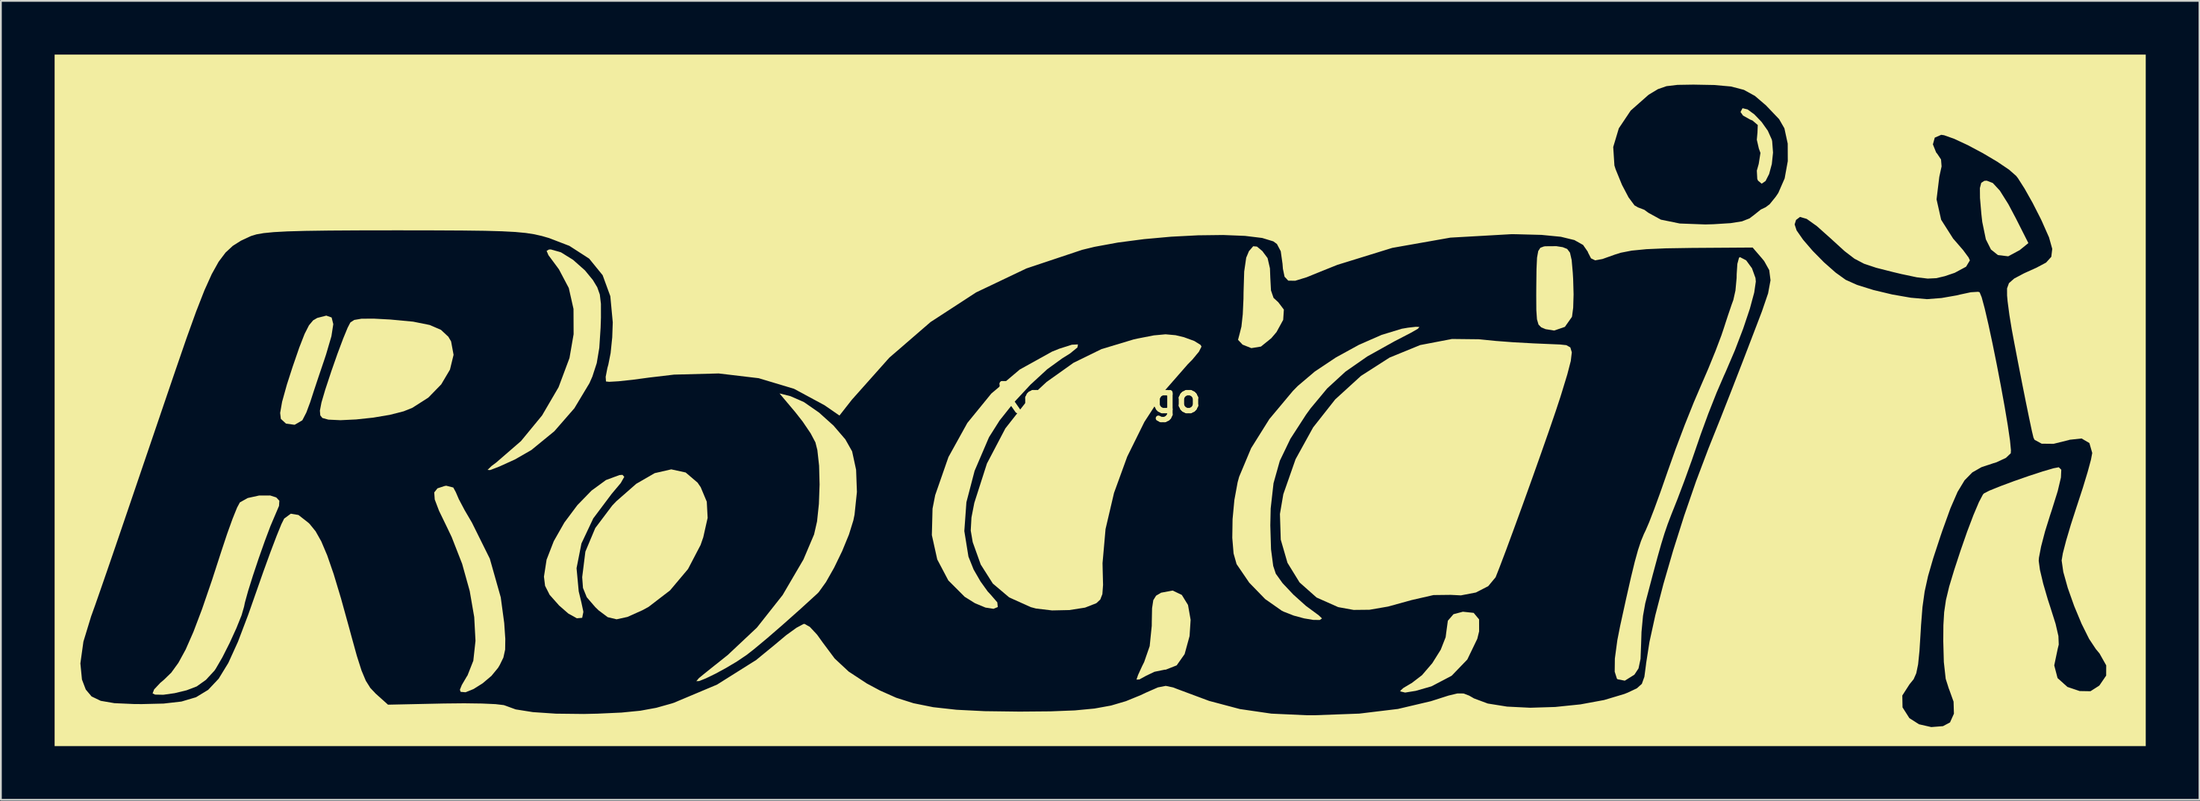
<source format=kicad_pcb>
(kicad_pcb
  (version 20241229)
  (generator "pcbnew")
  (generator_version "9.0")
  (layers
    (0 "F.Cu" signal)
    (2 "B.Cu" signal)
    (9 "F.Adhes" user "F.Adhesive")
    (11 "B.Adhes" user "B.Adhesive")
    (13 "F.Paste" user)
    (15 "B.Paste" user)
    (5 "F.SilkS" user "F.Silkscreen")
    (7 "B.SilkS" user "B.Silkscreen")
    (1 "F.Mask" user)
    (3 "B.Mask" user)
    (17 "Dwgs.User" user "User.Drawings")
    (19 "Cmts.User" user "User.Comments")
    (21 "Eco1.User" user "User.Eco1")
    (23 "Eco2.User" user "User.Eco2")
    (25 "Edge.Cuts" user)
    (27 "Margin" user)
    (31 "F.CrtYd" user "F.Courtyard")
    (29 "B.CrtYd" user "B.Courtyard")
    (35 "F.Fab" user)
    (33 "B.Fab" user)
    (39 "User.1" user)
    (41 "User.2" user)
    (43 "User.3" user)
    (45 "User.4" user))
  (footprint "RocciLogo"
    (layer "F.Cu")
    (at 58.271 19.21)
    (property "Reference" "RocciLogo" (at 0 0 0) (layer "F.SilkS") (effects (font (size 1.5 1.5) (thickness 0.3))))
    (attr board_only exclude_from_pos_files exclude_from_bom)
    (fp_poly (pts (xy 49.946 -12.034) (xy 50.338 -11.61) (xy 50.813 -10.854) (xy 51.239 -10.049) (xy 51.931 -8.679) (xy 51.449 -8.288) (xy 50.806 -7.941) (xy 50.232 -8.009) (xy 49.841 -8.322) (xy 49.557 -8.889) (xy 49.356 -9.862) (xy 49.307 -10.297) (xy 49.23 -11.197) (xy 49.224 -11.753) (xy 49.3 -12.046) (xy 49.471 -12.156) (xy 49.606 -12.166)) (stroke (width 0) (type solid)) (fill yes) (layer "F.SilkS"))
    (fp_poly (pts (xy 20.96 11.98) (xy 21.262 12.345) (xy 21.264 13.013) (xy 21.161 13.431) (xy 20.604 14.586) (xy 19.73 15.493) (xy 18.604 16.084) (xy 18.582 16.091) (xy 17.723 16.337) (xy 17.134 16.432) (xy 16.871 16.369) (xy 16.862 16.334) (xy 17.031 16.178) (xy 17.442 15.933) (xy 17.492 15.907) (xy 18.073 15.462) (xy 18.648 14.792) (xy 19.121 14.037) (xy 19.395 13.339) (xy 19.427 13.088) (xy 19.518 12.418) (xy 19.833 12.054) (xy 20.358 11.916)) (stroke (width 0) (type solid)) (fill yes) (layer "F.SilkS"))
    (fp_poly (pts (xy 4.665 10.978) (xy 5.01 11.539) (xy 5.156 12.369) (xy 5.097 13.276) (xy 4.821 14.284) (xy 4.377 14.913) (xy 3.77 15.152) (xy 3.695 15.155) (xy 3.134 15.272) (xy 2.661 15.499) (xy 2.292 15.701) (xy 2.135 15.707) (xy 2.134 15.704) (xy 2.224 15.444) (xy 2.448 14.955) (xy 2.561 14.728) (xy 2.871 13.837) (xy 2.986 12.704) (xy 2.988 12.49) (xy 3.003 11.725) (xy 3.071 11.272) (xy 3.228 11.019) (xy 3.508 10.853) (xy 4.153 10.733)) (stroke (width 0) (type solid)) (fill yes) (layer "F.SilkS"))
    (fp_poly (pts (xy -42.805 -4.522) (xy -42.712 -4.15) (xy -42.817 -3.474) (xy -43.115 -2.458) (xy -43.228 -2.117) (xy -43.525 -1.24) (xy -43.798 -0.419) (xy -43.992 0.18) (xy -44.003 0.213) (xy -44.217 0.787) (xy -44.429 1.199) (xy -44.45 1.227) (xy -44.871 1.472) (xy -45.352 1.408) (xy -45.64 1.141) (xy -45.679 0.81) (xy -45.57 0.187) (xy -45.306 -0.764) (xy -44.987 -1.754) (xy -44.609 -2.85) (xy -44.314 -3.605) (xy -44.069 -4.087) (xy -43.838 -4.364) (xy -43.608 -4.498) (xy -43.102 -4.627)) (stroke (width 0) (type solid)) (fill yes) (layer "F.SilkS"))
    (fp_poly (pts (xy -26.465 4.38) (xy -26.664 4.729) (xy -27.168 5.33) (xy -28.198 6.704) (xy -28.857 8.103) (xy -29.13 9.484) (xy -29.009 10.779) (xy -28.861 11.393) (xy -28.762 11.857) (xy -28.75 11.93) (xy -28.816 12.257) (xy -29.114 12.282) (xy -29.589 12.018) (xy -30.101 11.571) (xy -30.632 10.973) (xy -30.888 10.467) (xy -30.95 9.956) (xy -30.803 9.008) (xy -30.402 7.974) (xy -29.81 6.933) (xy -29.086 5.964) (xy -28.291 5.146) (xy -27.487 4.559) (xy -26.734 4.281) (xy -26.565 4.269)) (stroke (width 0) (type solid)) (fill yes) (layer "F.SilkS"))
    (fp_poly (pts (xy 8.86 -8.484) (xy 9.159 -8.235) (xy 9.452 -7.842) (xy 9.585 -7.269) (xy 9.605 -6.742) (xy 9.643 -6.035) (xy 9.786 -5.618) (xy 10.052 -5.373) (xy 10.362 -4.964) (xy 10.324 -4.388) (xy 9.951 -3.707) (xy 9.657 -3.362) (xy 9.083 -2.898) (xy 8.546 -2.811) (xy 8.056 -3.006) (xy 7.803 -3.275) (xy 7.896 -3.626) (xy 7.993 -4.015) (xy 8.068 -4.705) (xy 8.107 -5.572) (xy 8.111 -5.922) (xy 8.147 -7.088) (xy 8.259 -7.862) (xy 8.412 -8.227) (xy 8.649 -8.503)) (stroke (width 0) (type solid)) (fill yes) (layer "F.SilkS"))
    (fp_poly (pts (xy 36.252 -16.147) (xy 36.631 -15.869) (xy 37.033 -15.45) (xy 37.381 -14.96) (xy 37.603 -14.467) (xy 37.626 -14.367) (xy 37.674 -13.733) (xy 37.607 -13.098) (xy 37.458 -12.543) (xy 37.258 -12.148) (xy 37.04 -11.997) (xy 36.836 -12.168) (xy 36.794 -12.263) (xy 36.77 -12.729) (xy 36.875 -13.101) (xy 36.972 -13.717) (xy 36.884 -13.956) (xy 36.769 -14.452) (xy 36.805 -14.853) (xy 36.822 -15.276) (xy 36.528 -15.526) (xy 36.397 -15.58) (xy 35.999 -15.803) (xy 35.859 -16.003) (xy 35.97 -16.215)) (stroke (width 0) (type solid)) (fill yes) (layer "F.SilkS"))
    (fp_poly (pts (xy -23.038 4.137) (xy -22.374 4.703) (xy -22.199 4.957) (xy -21.859 5.769) (xy -21.811 6.671) (xy -22.055 7.757) (xy -22.205 8.188) (xy -22.907 9.532) (xy -23.91 10.724) (xy -25.107 11.644) (xy -25.444 11.828) (xy -26.286 12.206) (xy -26.895 12.339) (xy -27.391 12.22) (xy -27.899 11.839) (xy -28.089 11.654) (xy -28.56 11.107) (xy -28.771 10.587) (xy -28.815 9.985) (xy -28.637 8.558) (xy -28.085 7.242) (xy -27.136 5.981) (xy -26.912 5.747) (xy -25.798 4.77) (xy -24.768 4.174) (xy -23.842 3.962)) (stroke (width 0) (type solid)) (fill yes) (layer "F.SilkS"))
    (fp_poly (pts (xy 25.932 -8.451) (xy 26.181 -8.351) (xy 26.337 -8.143) (xy 26.431 -7.731) (xy 26.493 -7.022) (xy 26.514 -6.672) (xy 26.538 -5.812) (xy 26.516 -5.069) (xy 26.453 -4.587) (xy 26.441 -4.549) (xy 26.053 -3.999) (xy 25.454 -3.793) (xy 24.973 -3.871) (xy 24.733 -3.971) (xy 24.58 -4.126) (xy 24.494 -4.421) (xy 24.458 -4.938) (xy 24.453 -5.762) (xy 24.456 -6.243) (xy 24.468 -7.228) (xy 24.498 -7.866) (xy 24.565 -8.236) (xy 24.684 -8.417) (xy 24.875 -8.489) (xy 24.958 -8.502) (xy 25.576 -8.507)) (stroke (width 0) (type solid)) (fill yes) (layer "F.SilkS"))
    (fp_poly (pts (xy -39.53 -4.409) (xy -38.252 -4.289) (xy -37.332 -4.104) (xy -36.7 -3.832) (xy -36.288 -3.447) (xy -36.135 -3.187) (xy -35.996 -2.437) (xy -36.198 -1.609) (xy -36.686 -0.785) (xy -37.405 -0.047) (xy -38.3 0.525) (xy -38.784 0.719) (xy -39.56 0.917) (xy -40.484 1.072) (xy -41.441 1.174) (xy -42.313 1.215) (xy -42.987 1.184) (xy -43.322 1.091) (xy -43.438 0.946) (xy -43.46 0.683) (xy -43.373 0.23) (xy -43.164 -0.481) (xy -42.82 -1.522) (xy -42.816 -1.535) (xy -42.475 -2.507) (xy -42.161 -3.344) (xy -41.909 -3.956) (xy -41.759 -4.244) (xy -41.545 -4.385) (xy -41.137 -4.454) (xy -40.455 -4.458)) (stroke (width 0) (type solid)) (fill yes) (layer "F.SilkS"))
    (fp_poly (pts (xy -36.013 4.976) (xy -35.873 5.233) (xy -35.703 5.628) (xy -35.375 6.248) (xy -34.97 6.94) (xy -33.973 8.951) (xy -33.362 11.112) (xy -33.169 12.546) (xy -33.108 13.435) (xy -33.117 14.034) (xy -33.215 14.477) (xy -33.42 14.897) (xy -33.514 15.053) (xy -33.883 15.501) (xy -34.372 15.914) (xy -34.885 16.237) (xy -35.326 16.415) (xy -35.6 16.393) (xy -35.644 16.275) (xy -35.535 16.006) (xy -35.27 15.554) (xy -35.218 15.475) (xy -34.894 14.654) (xy -34.772 13.542) (xy -34.843 12.216) (xy -35.095 10.756) (xy -35.518 9.239) (xy -36.102 7.743) (xy -36.358 7.207) (xy -36.809 6.275) (xy -37.048 5.645) (xy -37.076 5.25) (xy -36.896 5.023) (xy -36.507 4.895) (xy -36.407 4.876)) (stroke (width 0) (type solid)) (fill yes) (layer "F.SilkS"))
    (fp_poly (pts (xy -30.001 -8.164) (xy -29.324 -7.743) (xy -28.661 -7.155) (xy -28.216 -6.612) (xy -27.974 -6.21) (xy -27.831 -5.806) (xy -27.769 -5.282) (xy -27.768 -4.517) (xy -27.787 -3.949) (xy -27.86 -2.829) (xy -28.002 -1.975) (xy -28.246 -1.224) (xy -28.409 -0.854) (xy -29.251 0.548) (xy -30.369 1.832) (xy -31.653 2.882) (xy -32.564 3.406) (xy -33.446 3.807) (xy -33.957 4.002) (xy -34.099 3.992) (xy -33.877 3.776) (xy -33.618 3.583) (xy -32.235 2.385) (xy -31.056 0.951) (xy -30.134 -0.627) (xy -29.524 -2.259) (xy -29.294 -3.589) (xy -29.3 -5.001) (xy -29.563 -6.169) (xy -30.115 -7.215) (xy -30.343 -7.524) (xy -30.7 -8.004) (xy -30.802 -8.243) (xy -30.67 -8.32) (xy -30.564 -8.324)) (stroke (width 0) (type solid)) (fill yes) (layer "F.SilkS"))
    (fp_poly (pts (xy -1.165 -2.847) (xy -1.576 -2.512) (xy -2.016 -2.237) (xy -2.85 -1.632) (xy -3.783 -0.773) (xy -4.708 0.222) (xy -5.513 1.236) (xy -6.091 2.151) (xy -6.109 2.185) (xy -6.905 4.045) (xy -7.363 5.799) (xy -7.479 7.41) (xy -7.249 8.838) (xy -6.96 9.559) (xy -6.575 10.226) (xy -6.173 10.785) (xy -6 10.972) (xy -5.638 11.392) (xy -5.61 11.654) (xy -5.85 11.753) (xy -6.296 11.685) (xy -6.88 11.443) (xy -7.457 11.084) (xy -8.373 10.167) (xy -8.991 8.995) (xy -9.292 7.635) (xy -9.254 6.157) (xy -9.105 5.4) (xy -8.365 3.274) (xy -7.31 1.369) (xy -5.971 -0.274) (xy -4.384 -1.615) (xy -2.582 -2.615) (xy -2.183 -2.776) (xy -1.476 -3.001) (xy -1.134 -3.018)) (stroke (width 0) (type solid)) (fill yes) (layer "F.SilkS"))
    (fp_poly (pts (xy -45.899 5.529) (xy -45.724 5.715) (xy -45.742 6.003) (xy -45.963 6.525) (xy -45.975 6.551) (xy -46.222 7.133) (xy -46.533 7.96) (xy -46.871 8.916) (xy -47.195 9.886) (xy -47.467 10.754) (xy -47.647 11.404) (xy -47.694 11.633) (xy -47.834 12.117) (xy -48.124 12.838) (xy -48.501 13.664) (xy -48.903 14.46) (xy -49.27 15.093) (xy -49.35 15.211) (xy -49.826 15.725) (xy -50.337 16.089) (xy -50.9 16.304) (xy -51.569 16.466) (xy -52.202 16.555) (xy -52.662 16.546) (xy -52.801 16.478) (xy -52.715 16.256) (xy -52.375 15.893) (xy -52.169 15.718) (xy -51.758 15.319) (xy -51.36 14.77) (xy -50.954 14.026) (xy -50.521 13.04) (xy -50.039 11.768) (xy -49.489 10.165) (xy -48.962 8.538) (xy -48.637 7.558) (xy -48.333 6.715) (xy -48.085 6.101) (xy -47.929 5.809) (xy -47.492 5.564) (xy -46.858 5.425) (xy -46.236 5.422)) (stroke (width 0) (type solid)) (fill yes) (layer "F.SilkS"))
    (fp_poly (pts (xy 4.315 -3.533) (xy 4.783 -3.421) (xy 5.357 -3.212) (xy 5.71 -2.992) (xy 5.763 -2.896) (xy 5.62 -2.612) (xy 5.255 -2.171) (xy 4.998 -1.91) (xy 3.718 -0.446) (xy 2.577 1.307) (xy 1.617 3.249) (xy 0.879 5.279) (xy 0.406 7.297) (xy 0.238 9.203) (xy 0.246 9.582) (xy 0.267 10.416) (xy 0.229 10.932) (xy 0.111 11.236) (xy -0.106 11.437) (xy -0.113 11.442) (xy -0.738 11.686) (xy -1.615 11.823) (xy -2.582 11.843) (xy -3.476 11.737) (xy -3.769 11.659) (xy -4.974 11.116) (xy -5.888 10.342) (xy -6.564 9.277) (xy -7.01 8.03) (xy -7.121 7.381) (xy -7.081 6.653) (xy -6.921 5.833) (xy -6.217 3.637) (xy -5.187 1.673) (xy -3.856 -0.021) (xy -2.882 -0.924) (xy -1.381 -1.992) (xy 0.179 -2.756) (xy 1.96 -3.293) (xy 2.199 -3.347) (xy 3.103 -3.523) (xy 3.756 -3.583)) (stroke (width 0) (type solid)) (fill yes) (layer "F.SilkS"))
    (fp_poly (pts (xy 21.234 -3.306) (xy 22.198 -3.212) (xy 23.177 -3.138) (xy 24.307 -3.076) (xy 25.725 -3.016) (xy 25.774 -3.014) (xy 26.135 -2.976) (xy 26.357 -2.851) (xy 26.439 -2.577) (xy 26.382 -2.093) (xy 26.186 -1.337) (xy 25.853 -0.247) (xy 25.802 -0.083) (xy 25.541 0.709) (xy 25.169 1.795) (xy 24.717 3.085) (xy 24.218 4.491) (xy 23.704 5.921) (xy 23.206 7.287) (xy 22.759 8.499) (xy 22.392 9.466) (xy 22.185 9.99) (xy 21.774 10.486) (xy 21.083 10.842) (xy 20.248 11.002) (xy 19.677 10.974) (xy 18.716 10.985) (xy 17.489 11.266) (xy 16.18 11.627) (xy 15.14 11.806) (xy 14.257 11.815) (xy 13.418 11.663) (xy 13.384 11.654) (xy 12.188 11.122) (xy 11.239 10.28) (xy 10.564 9.184) (xy 10.189 7.89) (xy 10.143 6.455) (xy 10.331 5.352) (xy 11.016 3.395) (xy 11.997 1.617) (xy 13.229 0.054) (xy 14.666 -1.258) (xy 16.262 -2.282) (xy 17.972 -2.982) (xy 19.749 -3.322)) (stroke (width 0) (type solid)) (fill yes) (layer "F.SilkS"))
    (fp_poly (pts (xy -17.187 -0.127) (xy -16.434 0.204) (xy -15.592 0.789) (xy -14.78 1.52) (xy -14.121 2.288) (xy -13.744 2.957) (xy -13.522 3.985) (xy -13.476 5.224) (xy -13.609 6.494) (xy -13.675 6.814) (xy -13.919 7.6) (xy -14.297 8.522) (xy -14.746 9.451) (xy -15.204 10.26) (xy -15.607 10.821) (xy -15.688 10.904) (xy -16.65 11.782) (xy -17.618 12.643) (xy -18.507 13.413) (xy -19.235 14.019) (xy -19.637 14.333) (xy -20.176 14.696) (xy -20.783 15.058) (xy -21.386 15.385) (xy -21.912 15.64) (xy -22.288 15.789) (xy -22.442 15.796) (xy -22.299 15.626) (xy -22.294 15.622) (xy -22.042 15.415) (xy -21.547 15.018) (xy -20.903 14.505) (xy -20.686 14.332) (xy -19.061 12.804) (xy -17.624 10.985) (xy -16.461 8.997) (xy -15.868 7.598) (xy -15.702 6.872) (xy -15.599 5.895) (xy -15.56 4.808) (xy -15.588 3.756) (xy -15.685 2.881) (xy -15.793 2.455) (xy -16.063 1.945) (xy -16.511 1.284) (xy -16.917 0.767) (xy -17.798 -0.28)) (stroke (width 0) (type solid)) (fill yes) (layer "F.SilkS"))
    (fp_poly (pts (xy 17.929 -3.994) (xy 17.847 -3.893) (xy 17.455 -3.668) (xy 16.72 -3.286) (xy 16.553 -3.201) (xy 15.023 -2.348) (xy 13.802 -1.498) (xy 12.782 -0.561) (xy 11.856 0.552) (xy 11.605 0.898) (xy 10.728 2.254) (xy 10.136 3.485) (xy 9.785 4.735) (xy 9.626 6.148) (xy 9.605 7.088) (xy 9.645 8.427) (xy 9.767 9.357) (xy 9.911 9.792) (xy 10.29 10.32) (xy 10.895 10.962) (xy 11.598 11.593) (xy 12.272 12.089) (xy 12.29 12.1) (xy 12.491 12.29) (xy 12.368 12.377) (xy 12.006 12.373) (xy 11.492 12.288) (xy 10.914 12.132) (xy 10.359 11.915) (xy 10.245 11.859) (xy 9.317 11.208) (xy 8.43 10.294) (xy 7.732 9.271) (xy 7.719 9.246) (xy 7.554 8.66) (xy 7.482 7.785) (xy 7.498 6.747) (xy 7.599 5.672) (xy 7.78 4.686) (xy 7.865 4.376) (xy 8.534 2.78) (xy 9.552 1.153) (xy 10.861 -0.413) (xy 11.141 -0.699) (xy 12.09 -1.503) (xy 13.267 -2.289) (xy 14.549 -2.993) (xy 15.816 -3.549) (xy 16.944 -3.893) (xy 17.289 -3.952) (xy 17.733 -4.003)) (stroke (width 0) (type solid)) (fill yes) (layer "F.SilkS"))
    (fp_poly (pts (xy 36.175 -7.714) (xy 36.498 -7.272) (xy 36.694 -6.73) (xy 36.713 -6.531) (xy 36.624 -5.918) (xy 36.38 -5.013) (xy 36.01 -3.908) (xy 35.547 -2.694) (xy 35.021 -1.464) (xy 34.937 -1.281) (xy 34.521 -0.317) (xy 34.061 0.848) (xy 33.637 2.006) (xy 33.52 2.348) (xy 33.145 3.437) (xy 32.733 4.581) (xy 32.354 5.584) (xy 32.241 5.87) (xy 31.995 6.487) (xy 31.794 7.015) (xy 31.615 7.536) (xy 31.432 8.131) (xy 31.22 8.881) (xy 30.954 9.868) (xy 30.611 11.172) (xy 30.54 11.444) (xy 30.414 12.148) (xy 30.33 13.047) (xy 30.309 13.706) (xy 30.277 14.55) (xy 30.164 15.083) (xy 29.945 15.417) (xy 29.919 15.442) (xy 29.399 15.768) (xy 29 15.691) (xy 28.957 15.653) (xy 28.834 15.268) (xy 28.843 14.532) (xy 28.982 13.5) (xy 29.14 12.7) (xy 29.475 11.173) (xy 29.741 10.001) (xy 29.956 9.118) (xy 30.138 8.462) (xy 30.302 7.967) (xy 30.466 7.57) (xy 30.565 7.364) (xy 30.756 6.92) (xy 31.044 6.173) (xy 31.391 5.221) (xy 31.76 4.165) (xy 31.798 4.055) (xy 32.243 2.806) (xy 32.749 1.467) (xy 33.251 0.215) (xy 33.617 -0.64) (xy 34.052 -1.646) (xy 34.463 -2.655) (xy 34.787 -3.512) (xy 34.899 -3.842) (xy 35.14 -4.584) (xy 35.358 -5.227) (xy 35.459 -5.506) (xy 35.576 -6.029) (xy 35.641 -6.732) (xy 35.645 -6.947) (xy 35.682 -7.516) (xy 35.773 -7.856) (xy 35.826 -7.897)) (stroke (width 0) (type solid)) (fill yes) (layer "F.SilkS"))
    (fp_poly (pts (xy 58.484 0.107) (xy 58.484 19.424) (xy 0.107 19.424) (xy -58.271 19.424) (xy -58.271 14.802) (xy -56.833 14.802) (xy -56.745 15.704) (xy -56.532 16.263) (xy -56.207 16.65) (xy -55.698 16.894) (xy -54.933 17.025) (xy -53.838 17.073) (xy -53.399 17.076) (xy -52.183 17.047) (xy -51.19 16.934) (xy -50.376 16.693) (xy -49.698 16.281) (xy -49.111 15.656) (xy -48.572 14.775) (xy -48.035 13.594) (xy -47.458 12.072) (xy -47.052 10.916) (xy -46.62 9.685) (xy -46.219 8.581) (xy -45.874 7.673) (xy -45.612 7.029) (xy -45.458 6.717) (xy -45.453 6.711) (xy -45.084 6.439) (xy -44.656 6.512) (xy -44.104 6.944) (xy -44.023 7.023) (xy -43.699 7.423) (xy -43.382 7.987) (xy -43.052 8.767) (xy -42.692 9.809) (xy -42.284 11.163) (xy -41.81 12.877) (xy -41.714 13.234) (xy -41.396 14.385) (xy -41.135 15.203) (xy -40.897 15.771) (xy -40.645 16.173) (xy -40.345 16.491) (xy -40.33 16.505) (xy -39.657 17.109) (xy -36.53 17.043) (xy -35.401 17.032) (xy -34.412 17.045) (xy -33.648 17.079) (xy -33.193 17.133) (xy -33.116 17.159) (xy -32.528 17.373) (xy -31.567 17.525) (xy -30.284 17.611) (xy -28.729 17.628) (xy -27.961 17.611) (xy -26.621 17.55) (xy -25.572 17.447) (xy -24.68 17.284) (xy -23.811 17.04) (xy -23.692 17.001) (xy -21.288 15.989) (xy -19.104 14.615) (xy -18.073 13.77) (xy -17.421 13.224) (xy -16.852 12.813) (xy -16.467 12.606) (xy -16.404 12.594) (xy -16.106 12.762) (xy -15.7 13.197) (xy -15.379 13.644) (xy -14.717 14.531) (xy -13.937 15.259) (xy -12.923 15.925) (xy -12.194 16.315) (xy -11.284 16.721) (xy -10.317 17.028) (xy -9.219 17.249) (xy -7.917 17.393) (xy -6.339 17.472) (xy -4.41 17.496) (xy -4.376 17.496) (xy -2.672 17.482) (xy -1.311 17.429) (xy -0.211 17.325) (xy 0.712 17.158) (xy 1.54 16.914) (xy 2.357 16.581) (xy 2.699 16.42) (xy 3.331 16.143) (xy 3.768 16.059) (xy 4.182 16.146) (xy 4.354 16.214) (xy 6.189 16.898) (xy 7.904 17.353) (xy 9.663 17.609) (xy 11.632 17.699) (xy 12.06 17.7) (xy 14.575 17.608) (xy 16.732 17.348) (xy 18.567 16.916) (xy 18.772 16.851) (xy 19.553 16.601) (xy 20.054 16.481) (xy 20.398 16.484) (xy 20.711 16.605) (xy 20.979 16.759) (xy 21.747 17.045) (xy 22.826 17.217) (xy 24.116 17.28) (xy 25.515 17.237) (xy 26.924 17.092) (xy 28.244 16.849) (xy 29.373 16.511) (xy 29.577 16.429) (xy 30.072 16.195) (xy 30.349 15.947) (xy 30.491 15.551) (xy 30.581 14.873) (xy 30.588 14.803) (xy 30.774 13.608) (xy 31.104 12.103) (xy 31.553 10.371) (xy 32.098 8.493) (xy 32.713 6.552) (xy 33.376 4.63) (xy 34.063 2.81) (xy 34.181 2.514) (xy 34.751 1.09) (xy 35.347 -0.426) (xy 36.007 -2.127) (xy 36.765 -4.105) (xy 37.055 -4.866) (xy 37.398 -5.869) (xy 37.534 -6.602) (xy 37.462 -7.168) (xy 37.183 -7.669) (xy 37.051 -7.832) (xy 36.535 -8.431) (xy 33.155 -8.409) (xy 31.702 -8.387) (xy 30.601 -8.339) (xy 29.782 -8.259) (xy 29.171 -8.14) (xy 28.842 -8.036) (xy 28.148 -7.789) (xy 27.741 -7.716) (xy 27.512 -7.827) (xy 27.352 -8.136) (xy 27.326 -8.205) (xy 27.068 -8.576) (xy 26.584 -8.848) (xy 25.827 -9.032) (xy 24.75 -9.137) (xy 23.304 -9.175) (xy 23.052 -9.176) (xy 19.66 -8.984) (xy 16.414 -8.411) (xy 13.346 -7.462) (xy 12.593 -7.16) (xy 11.635 -6.771) (xy 10.996 -6.575) (xy 10.607 -6.581) (xy 10.401 -6.8) (xy 10.309 -7.242) (xy 10.287 -7.523) (xy 10.188 -8.225) (xy 9.974 -8.629) (xy 9.773 -8.776) (xy 9.153 -8.965) (xy 8.193 -9.082) (xy 6.974 -9.131) (xy 5.575 -9.114) (xy 4.077 -9.037) (xy 2.559 -8.901) (xy 1.103 -8.711) (xy -0.211 -8.47) (xy -0.901 -8.302) (xy -4.006 -7.265) (xy -6.819 -5.925) (xy -9.365 -4.268) (xy -11.668 -2.276) (xy -13.754 0.067) (xy -13.789 0.111) (xy -14.451 0.956) (xy -15.283 0.381) (xy -16.988 -0.539) (xy -18.961 -1.131) (xy -21.196 -1.396) (xy -23.684 -1.331) (xy -25.051 -1.17) (xy -25.998 -1.043) (xy -26.78 -0.96) (xy -27.308 -0.929) (xy -27.487 -0.948) (xy -27.504 -1.206) (xy -27.406 -1.709) (xy -27.355 -1.891) (xy -27.227 -2.538) (xy -27.138 -3.413) (xy -27.108 -4.249) (xy -27.244 -5.712) (xy -27.674 -6.887) (xy -28.426 -7.811) (xy -29.528 -8.523) (xy -30.662 -8.959) (xy -31.07 -9.077) (xy -31.487 -9.171) (xy -31.963 -9.245) (xy -32.549 -9.3) (xy -33.297 -9.339) (xy -34.258 -9.366) (xy -35.483 -9.381) (xy -37.024 -9.389) (xy -38.932 -9.392) (xy -39.303 -9.392) (xy -41.323 -9.389) (xy -42.961 -9.379) (xy -44.263 -9.361) (xy -45.273 -9.333) (xy -46.036 -9.292) (xy -46.597 -9.237) (xy -47.003 -9.166) (xy -47.296 -9.077) (xy -47.335 -9.061) (xy -47.866 -8.814) (xy -48.323 -8.525) (xy -48.73 -8.147) (xy -49.114 -7.636) (xy -49.498 -6.947) (xy -49.909 -6.035) (xy -50.371 -4.853) (xy -50.91 -3.357) (xy -51.549 -1.501) (xy -51.588 -1.387) (xy -52.128 0.198) (xy -52.749 2.024) (xy -53.397 3.927) (xy -54.014 5.742) (xy -54.421 6.937) (xy -54.878 8.278) (xy -55.312 9.543) (xy -55.696 10.652) (xy -56.002 11.53) (xy -56.205 12.096) (xy -56.231 12.166) (xy -56.664 13.587) (xy -56.833 14.802) (xy -58.271 14.802) (xy -58.271 0.107) (xy -58.271 -14.046) (xy 28.751 -14.046) (xy 28.818 -13.015) (xy 28.883 -12.807) (xy 29.24 -11.933) (xy 29.609 -11.231) (xy 29.94 -10.786) (xy 30.138 -10.672) (xy 30.485 -10.541) (xy 30.719 -10.37) (xy 31.414 -9.988) (xy 32.47 -9.773) (xy 33.902 -9.72) (xy 33.952 -9.722) (xy 38.88 -9.722) (xy 38.99 -9.388) (xy 39.353 -8.867) (xy 39.888 -8.245) (xy 40.52 -7.604) (xy 41.169 -7.031) (xy 41.729 -6.628) (xy 42.366 -6.342) (xy 43.282 -6.057) (xy 44.33 -5.807) (xy 45.364 -5.627) (xy 46.236 -5.55) (xy 46.303 -5.55) (xy 47.08 -5.61) (xy 47.93 -5.758) (xy 48.122 -5.805) (xy 48.716 -5.932) (xy 49.124 -5.958) (xy 49.209 -5.931) (xy 49.324 -5.651) (xy 49.492 -5.028) (xy 49.699 -4.14) (xy 49.929 -3.067) (xy 50.168 -1.885) (xy 50.4 -0.674) (xy 50.611 0.488) (xy 50.784 1.522) (xy 50.905 2.351) (xy 50.958 2.896) (xy 50.948 3.063) (xy 50.676 3.322) (xy 50.152 3.566) (xy 49.961 3.625) (xy 49.314 3.839) (xy 48.799 4.134) (xy 48.369 4.573) (xy 47.977 5.221) (xy 47.578 6.14) (xy 47.125 7.396) (xy 47.027 7.684) (xy 46.615 8.937) (xy 46.329 9.926) (xy 46.139 10.788) (xy 46.018 11.657) (xy 45.938 12.67) (xy 45.918 13.021) (xy 45.85 14.108) (xy 45.774 14.855) (xy 45.672 15.352) (xy 45.525 15.686) (xy 45.315 15.945) (xy 45.304 15.956) (xy 44.892 16.597) (xy 44.905 17.26) (xy 45.288 17.862) (xy 45.824 18.204) (xy 46.509 18.36) (xy 47.164 18.309) (xy 47.556 18.1) (xy 47.774 17.613) (xy 47.754 16.939) (xy 47.503 16.241) (xy 47.492 16.222) (xy 47.315 15.664) (xy 47.211 14.727) (xy 47.179 13.554) (xy 47.186 12.667) (xy 47.229 11.941) (xy 47.329 11.261) (xy 47.509 10.511) (xy 47.791 9.577) (xy 48.144 8.501) (xy 48.515 7.435) (xy 48.868 6.505) (xy 49.171 5.79) (xy 49.39 5.374) (xy 49.441 5.312) (xy 49.751 5.152) (xy 50.352 4.908) (xy 51.129 4.619) (xy 51.963 4.328) (xy 52.739 4.075) (xy 53.34 3.9) (xy 53.628 3.845) (xy 53.768 3.981) (xy 53.749 4.417) (xy 53.568 5.181) (xy 53.218 6.301) (xy 53.148 6.51) (xy 52.862 7.427) (xy 52.642 8.268) (xy 52.521 8.898) (xy 52.508 9.071) (xy 52.576 9.573) (xy 52.757 10.34) (xy 53.018 11.237) (xy 53.138 11.604) (xy 53.45 12.59) (xy 53.608 13.275) (xy 53.627 13.749) (xy 53.565 14.006) (xy 53.375 14.913) (xy 53.56 15.622) (xy 54.112 16.118) (xy 54.794 16.348) (xy 55.398 16.358) (xy 55.883 16.048) (xy 55.9 16.031) (xy 56.274 15.484) (xy 56.277 14.912) (xy 55.903 14.248) (xy 55.695 13.997) (xy 55.32 13.431) (xy 54.901 12.588) (xy 54.488 11.597) (xy 54.131 10.589) (xy 53.881 9.694) (xy 53.788 9.05) (xy 53.855 8.652) (xy 54.037 7.949) (xy 54.306 7.04) (xy 54.634 6.025) (xy 54.642 6.002) (xy 54.971 4.996) (xy 55.241 4.106) (xy 55.425 3.426) (xy 55.496 3.051) (xy 55.496 3.044) (xy 55.338 2.492) (xy 54.902 2.237) (xy 54.239 2.308) (xy 54.188 2.325) (xy 53.338 2.535) (xy 52.673 2.528) (xy 52.275 2.31) (xy 52.215 2.188) (xy 52.128 1.822) (xy 51.981 1.129) (xy 51.79 0.198) (xy 51.575 -0.879) (xy 51.354 -2.01) (xy 51.144 -3.105) (xy 51.006 -3.842) (xy 50.872 -4.658) (xy 50.771 -5.428) (xy 50.742 -5.748) (xy 50.74 -6.148) (xy 50.847 -6.441) (xy 51.138 -6.698) (xy 51.688 -6.99) (xy 52.381 -7.303) (xy 52.919 -7.589) (xy 53.211 -7.913) (xy 53.264 -8.356) (xy 53.085 -8.996) (xy 52.679 -9.913) (xy 52.608 -10.062) (xy 52.165 -10.931) (xy 51.72 -11.721) (xy 51.35 -12.301) (xy 51.251 -12.431) (xy 50.847 -12.785) (xy 50.188 -13.23) (xy 49.386 -13.705) (xy 48.551 -14.15) (xy 47.794 -14.503) (xy 47.228 -14.704) (xy 47.063 -14.728) (xy 46.704 -14.57) (xy 46.6 -14.194) (xy 46.781 -13.743) (xy 46.839 -13.674) (xy 47.054 -13.352) (xy 47.085 -12.964) (xy 46.957 -12.377) (xy 46.804 -11.123) (xy 47.061 -9.982) (xy 47.733 -8.926) (xy 47.837 -8.809) (xy 48.288 -8.287) (xy 48.589 -7.879) (xy 48.666 -7.715) (xy 48.453 -7.36) (xy 47.82 -7.019) (xy 47.262 -6.83) (xy 46.789 -6.719) (xy 46.308 -6.696) (xy 45.702 -6.768) (xy 44.854 -6.947) (xy 44.387 -7.058) (xy 43.434 -7.3) (xy 42.758 -7.525) (xy 42.219 -7.808) (xy 41.678 -8.223) (xy 40.994 -8.846) (xy 40.926 -8.91) (xy 40.123 -9.626) (xy 39.554 -10.031) (xy 39.179 -10.141) (xy 38.959 -9.972) (xy 38.88 -9.722) (xy 33.952 -9.722) (xy 34.345 -9.733) (xy 35.302 -9.793) (xy 35.939 -9.893) (xy 36.36 -10.058) (xy 36.6 -10.239) (xy 36.993 -10.554) (xy 37.26 -10.681) (xy 37.487 -10.851) (xy 37.825 -11.269) (xy 37.969 -11.482) (xy 38.323 -12.293) (xy 38.498 -13.258) (xy 38.494 -14.237) (xy 38.309 -15.09) (xy 38.014 -15.603) (xy 37.281 -16.372) (xy 36.661 -16.903) (xy 36.047 -17.24) (xy 35.327 -17.428) (xy 34.393 -17.511) (xy 33.229 -17.532) (xy 32.336 -17.518) (xy 31.725 -17.446) (xy 31.25 -17.281) (xy 30.769 -16.991) (xy 30.709 -16.95) (xy 29.727 -16.082) (xy 29.064 -15.091) (xy 28.751 -14.046) (xy -58.271 -14.046) (xy -58.271 -19.21) (xy 0.107 -19.21) (xy 58.484 -19.21)) (stroke (width 0) (type solid)) (fill yes) (layer "F.SilkS")))
  (gr_rect
    (start -3 -3)
    (end 119.755 41.634)
    (stroke (width 0.1) (type default))
    (fill no)
    (layer "Edge.Cuts")))
</source>
